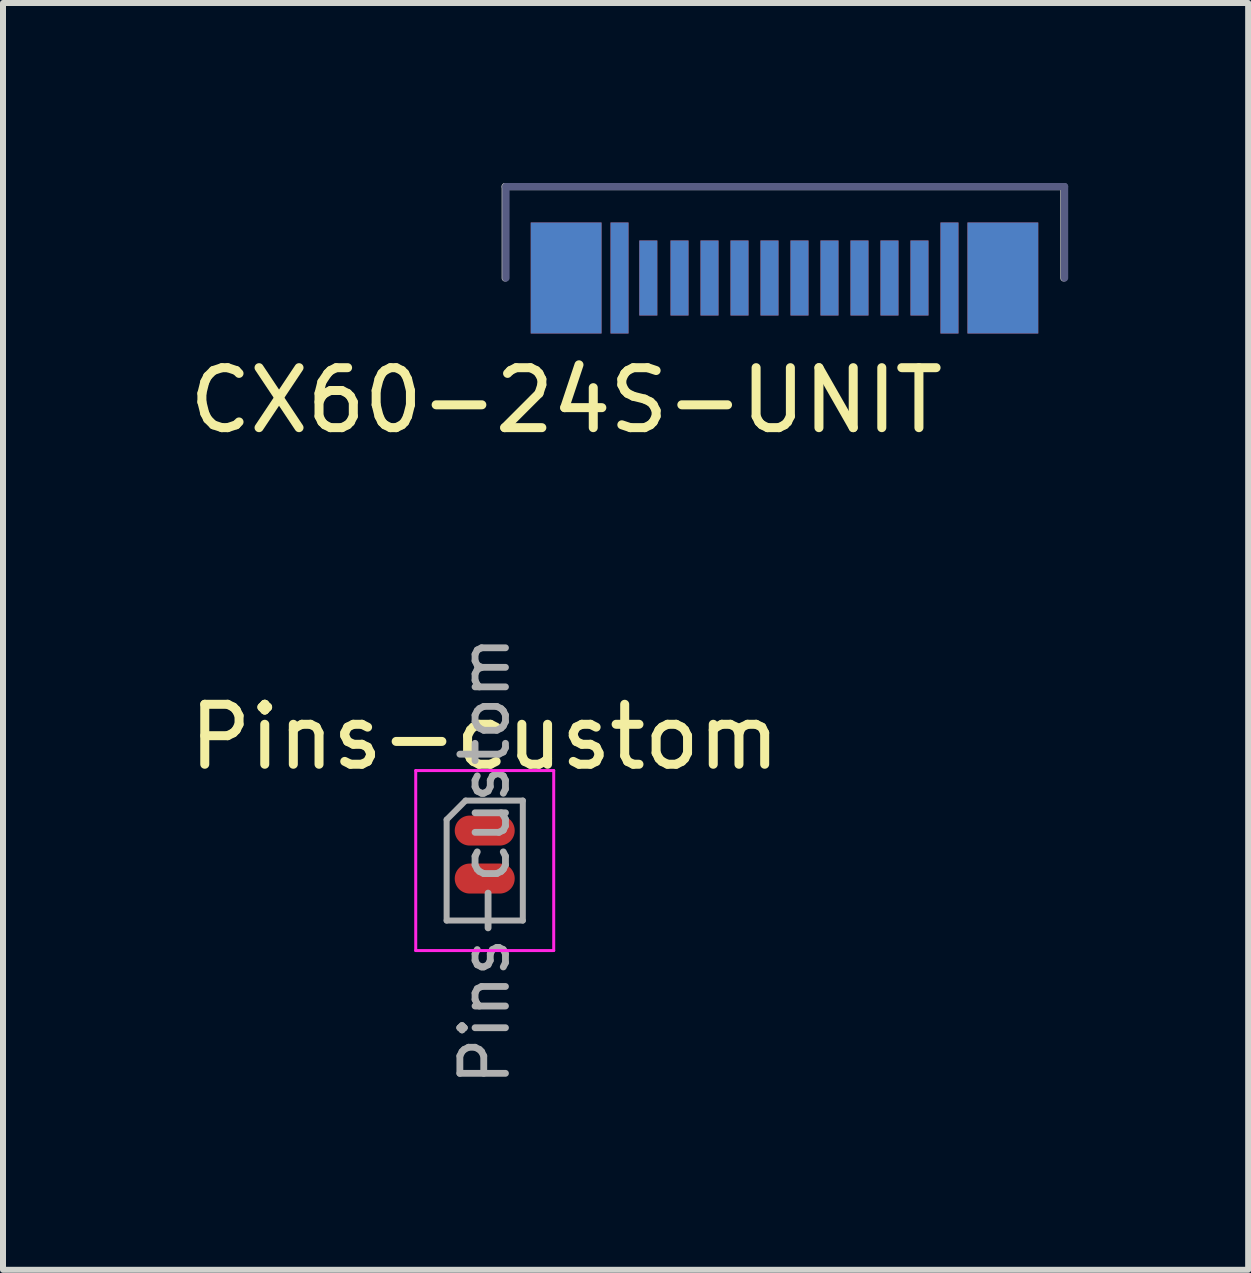
<source format=kicad_pcb>
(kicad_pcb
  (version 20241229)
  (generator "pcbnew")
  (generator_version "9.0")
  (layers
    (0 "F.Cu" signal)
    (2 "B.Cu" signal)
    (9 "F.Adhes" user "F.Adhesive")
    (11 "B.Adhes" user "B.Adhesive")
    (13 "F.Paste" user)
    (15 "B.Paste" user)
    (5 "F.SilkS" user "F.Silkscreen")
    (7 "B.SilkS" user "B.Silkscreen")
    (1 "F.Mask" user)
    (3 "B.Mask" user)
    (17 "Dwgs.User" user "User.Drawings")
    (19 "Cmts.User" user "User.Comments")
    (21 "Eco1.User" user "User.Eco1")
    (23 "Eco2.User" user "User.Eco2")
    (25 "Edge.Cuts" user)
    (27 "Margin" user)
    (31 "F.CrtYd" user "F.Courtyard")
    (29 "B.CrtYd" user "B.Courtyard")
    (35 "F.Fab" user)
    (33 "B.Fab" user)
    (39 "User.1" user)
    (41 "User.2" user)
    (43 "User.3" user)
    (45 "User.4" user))
  (footprint "Pins-custom"
    (layer "F.Cu")
    (at 5.03 10.795)
    (property "Reference" "Pins-custom" (at 0 -1.56 0) (layer "F.SilkS") (effects (font (size 1 1) (thickness 0.15))))
    (attr through_hole)
    (fp_line (start -1.15 -1) (end -1.15 2) (stroke (width 0.05) (type solid)) (layer "F.CrtYd"))
    (fp_line (start -1.15 2) (end 1.15 2) (stroke (width 0.05) (type solid)) (layer "F.CrtYd"))
    (fp_line (start 1.15 -1) (end -1.15 -1) (stroke (width 0.05) (type solid)) (layer "F.CrtYd"))
    (fp_line (start 1.15 2) (end 1.15 -1) (stroke (width 0.05) (type solid)) (layer "F.CrtYd"))
    (fp_line (start -0.635 -0.182) (end -0.318 -0.5) (stroke (width 0.1) (type solid)) (layer "F.Fab"))
    (fp_line (start -0.635 1.5) (end -0.635 -0.182) (stroke (width 0.1) (type solid)) (layer "F.Fab"))
    (fp_line (start -0.318 -0.5) (end 0.635 -0.5) (stroke (width 0.1) (type solid)) (layer "F.Fab"))
    (fp_line (start 0.635 -0.5) (end 0.635 1.5) (stroke (width 0.1) (type solid)) (layer "F.Fab"))
    (fp_line (start 0.635 1.5) (end -0.635 1.5) (stroke (width 0.1) (type solid)) (layer "F.Fab"))
    (fp_text user "${REFERENCE}" (at 0 0.5 90) (layer "F.Fab") (effects (font (size 0.76 0.76) (thickness 0.114))))
    (pad "1" smd oval (at 0 0) (size 1 0.5) (layers "F.Cu" "F.Mask" "F.Paste"))
    (pad "2" smd oval (at 0 0.8) (size 1 0.5) (layers "F.Cu" "F.Mask" "F.Paste")))
  (footprint "CX60-24S-UNIT"
    (layer "F.Cu")
    (at 6.387 1.584)
    (property "Reference" "CX60-24S-UNIT" (at 0 2.04 0) (layer "F.SilkS") (effects (font (size 1 1) (thickness 0.15))))
    (attr smd)
    (fp_line (start -1.003 -1.524) (end -1.003 0) (stroke (width 0.12) (type solid)) (layer "B.Fab"))
    (fp_line (start 8.309 -1.524) (end -1.003 -1.524) (stroke (width 0.12) (type solid)) (layer "B.Fab"))
    (fp_line (start 8.309 0) (end 8.309 -1.524) (stroke (width 0.12) (type solid)) (layer "B.Fab"))
    (fp_line (start -1.016 -1.524) (end 8.296 -1.524) (stroke (width 0.12) (type solid)) (layer "F.Fab"))
    (fp_line (start -1.016 0) (end -1.016 -1.524) (stroke (width 0.12) (type solid)) (layer "F.Fab"))
    (fp_line (start 8.296 -1.524) (end 8.296 0) (stroke (width 0.12) (type solid)) (layer "F.Fab"))
    (pad "A1" smd rect (at 6.39 0) (size 0.3 1.85) (layers "F.Cu" "F.Mask" "F.Paste"))
    (pad "A2" smd rect (at 5.89 0) (size 0.3 1.25) (layers "F.Cu" "F.Mask" "F.Paste"))
    (pad "A3" smd rect (at 5.39 0) (size 0.3 1.25) (layers "F.Cu" "F.Mask" "F.Paste"))
    (pad "A4" smd rect (at 4.89 0) (size 0.3 1.25) (layers "F.Cu" "F.Mask" "F.Paste"))
    (pad "A5" smd rect (at 4.39 0) (size 0.3 1.25) (layers "F.Cu" "F.Mask" "F.Paste"))
    (pad "A6" smd rect (at 3.89 0) (size 0.3 1.25) (layers "F.Cu" "F.Mask" "F.Paste"))
    (pad "A7" smd rect (at 3.39 0) (size 0.3 1.25) (layers "F.Cu" "F.Mask" "F.Paste"))
    (pad "A8" smd rect (at 2.89 0) (size 0.3 1.25) (layers "F.Cu" "F.Mask" "F.Paste"))
    (pad "A9" smd rect (at 2.39 0) (size 0.3 1.25) (layers "F.Cu" "F.Mask" "F.Paste"))
    (pad "A10" smd rect (at 1.89 0) (size 0.3 1.25) (layers "F.Cu" "F.Mask" "F.Paste"))
    (pad "A11" smd rect (at 1.37 0) (size 0.3 1.25) (layers "F.Cu" "F.Mask" "F.Paste"))
    (pad "A12" smd rect (at 0.89 0) (size 0.3 1.85) (layers "F.Cu" "F.Mask" "F.Paste"))
    (pad "B1" smd rect (at 0.89 0) (size 0.3 1.85) (layers "B.Cu" "B.Mask" "B.Paste"))
    (pad "B2" smd rect (at 1.37 0) (size 0.3 1.25) (layers "B.Cu" "B.Mask" "B.Paste"))
    (pad "B3" smd rect (at 1.89 0) (size 0.3 1.25) (layers "B.Cu" "B.Mask" "B.Paste"))
    (pad "B4" smd rect (at 2.39 0) (size 0.3 1.25) (layers "B.Cu" "B.Mask" "B.Paste"))
    (pad "B5" smd rect (at 2.89 0) (size 0.3 1.25) (layers "B.Cu" "B.Mask" "B.Paste"))
    (pad "B6" smd rect (at 3.39 0) (size 0.3 1.25) (layers "B.Cu" "B.Mask" "B.Paste"))
    (pad "B7" smd rect (at 3.89 0) (size 0.3 1.25) (layers "B.Cu" "B.Mask" "B.Paste"))
    (pad "B8" smd rect (at 4.39 0) (size 0.3 1.25) (layers "B.Cu" "B.Mask" "B.Paste"))
    (pad "B9" smd rect (at 4.89 0) (size 0.3 1.25) (layers "B.Cu" "B.Mask" "B.Paste"))
    (pad "B10" smd rect (at 5.39 0) (size 0.3 1.25) (layers "B.Cu" "B.Mask" "B.Paste"))
    (pad "B11" smd rect (at 5.89 0) (size 0.3 1.25) (layers "B.Cu" "B.Mask" "B.Paste"))
    (pad "B12" smd rect (at 6.39 0) (size 0.3 1.85) (layers "B.Cu" "B.Mask" "B.Paste"))
    (pad "Mount1" smd rect (at 0 0) (size 1.18 1.85) (layers "F.Cu" "F.Mask" "F.Paste"))
    (pad "Mount2" smd rect (at 7.28 0) (size 1.18 1.85) (layers "F.Cu" "F.Mask" "F.Paste"))
    (pad "Mount3" smd rect (at 0 0) (size 1.18 1.85) (layers "B.Cu" "B.Mask" "B.Paste"))
    (pad "Mount4" smd rect (at 7.28 0) (size 1.18 1.85) (layers "B.Cu" "B.Mask" "B.Paste")))
  (gr_rect
    (start -3 -3)
    (end 17.756 18.117)
    (stroke (width 0.1) (type default))
    (fill no)
    (layer "Edge.Cuts")))
</source>
